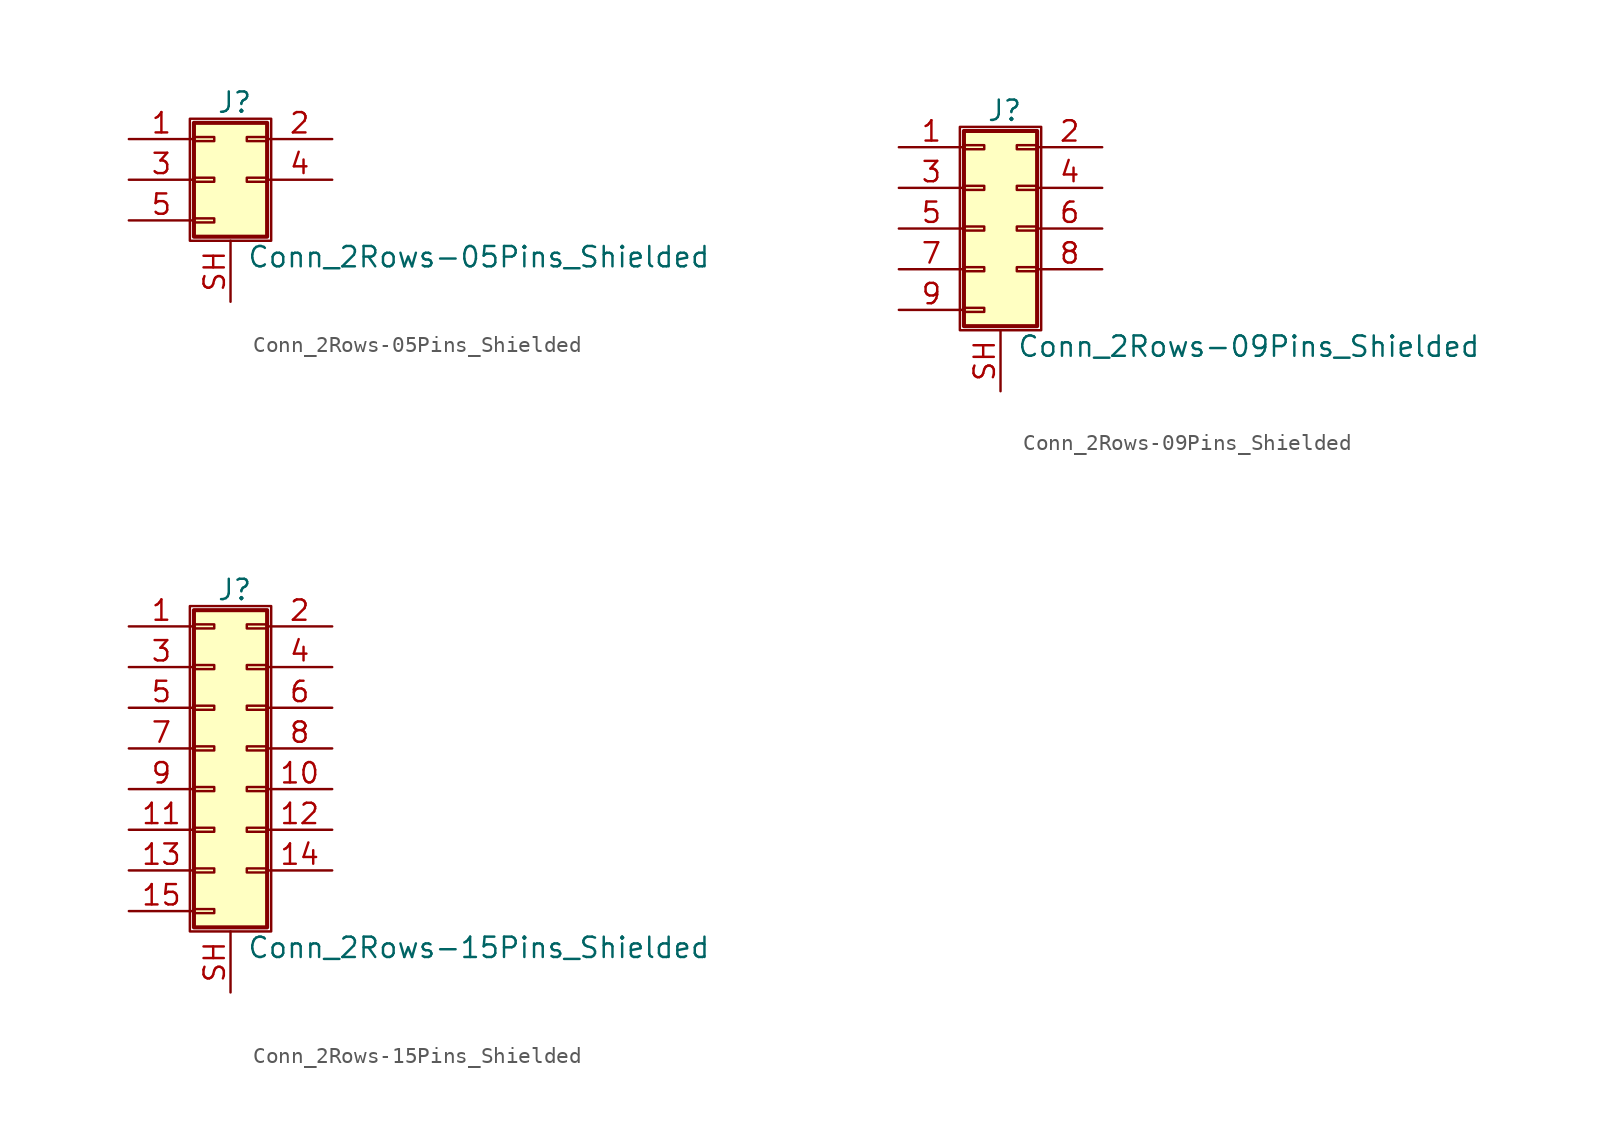
<source format=kicad_sym>
(kicad_symbol_lib
  (version 20201005)
  (generator kicad_symbol_editor)
  (symbol "Conn_2Rows-05Pins_Shielded"
    (pin_names
      (offset 1.016) hide)
    (property "Reference" "J"
      (at 1.524 4.826 0)
      (effects (font (size 1.27 1.27))))
    (property "Value" "Conn_2Rows-05Pins_Shielded"
      (at 2.286 -4.826 0)
      (effects (font (size 1.27 1.27)) (justify left)))
    (symbol "Conn_2Rows-05Pins_Shielded_1_1"
      (rectangle (start -1.27 3.81) (end 3.81 -3.81) (stroke (width 0.152)) (fill (type none)))
      (rectangle (start -1.016 -2.413) (end 0.254 -2.667) (stroke (width 0.152)) (fill (type none)))
      (rectangle (start -1.016 0.127) (end 0.254 -0.127) (stroke (width 0.152)) (fill (type none)))
      (rectangle (start -1.016 2.667) (end 0.254 2.413) (stroke (width 0.152)) (fill (type none)))
      (rectangle (start -1.016 3.556) (end 3.556 -3.556) (stroke (width 0.254)) (fill (type background)))
      (rectangle (start 3.556 0.127) (end 2.286 -0.127) (stroke (width 0.152)) (fill (type none)))
      (rectangle (start 3.556 2.667) (end 2.286 2.413) (stroke (width 0.152)) (fill (type none)))
      (pin passive line (at -5.08 2.54 0) (length 4.064) (name "Pin_1" (effects (font (size 1.27 1.27)))) (number "1" (effects (font (size 1.27 1.27)))))
      (pin passive line (at 7.62 2.54 180) (length 4.064) (name "Pin_2" (effects (font (size 1.27 1.27)))) (number "2" (effects (font (size 1.27 1.27)))))
      (pin passive line (at -5.08 0 0) (length 4.064) (name "Pin_3" (effects (font (size 1.27 1.27)))) (number "3" (effects (font (size 1.27 1.27)))))
      (pin passive line (at 7.62 0 180) (length 4.064) (name "Pin_4" (effects (font (size 1.27 1.27)))) (number "4" (effects (font (size 1.27 1.27)))))
      (pin passive line (at -5.08 -2.54 0) (length 4.064) (name "Pin_5" (effects (font (size 1.27 1.27)))) (number "5" (effects (font (size 1.27 1.27)))))
      (pin passive line (at 1.27 -7.62 90) (length 3.81) (name "Shield" (effects (font (size 1.27 1.27)))) (number "SH" (effects (font (size 1.27 1.27)))))))
  (symbol "Conn_2Rows-09Pins_Shielded"
    (pin_names
      (offset 1.016) hide)
    (property "Reference" "J"
      (at 1.524 7.366 0)
      (effects (font (size 1.27 1.27))))
    (property "Value" "Conn_2Rows-09Pins_Shielded"
      (at 2.286 -7.366 0)
      (effects (font (size 1.27 1.27)) (justify left)))
    (symbol "Conn_2Rows-09Pins_Shielded_1_1"
      (rectangle (start -1.27 6.35) (end 3.81 -6.35) (stroke (width 0.152)) (fill (type none)))
      (rectangle (start -1.016 -4.953) (end 0.254 -5.207) (stroke (width 0.152)) (fill (type none)))
      (rectangle (start -1.016 -2.413) (end 0.254 -2.667) (stroke (width 0.152)) (fill (type none)))
      (rectangle (start -1.016 0.127) (end 0.254 -0.127) (stroke (width 0.152)) (fill (type none)))
      (rectangle (start -1.016 2.667) (end 0.254 2.413) (stroke (width 0.152)) (fill (type none)))
      (rectangle (start -1.016 5.207) (end 0.254 4.953) (stroke (width 0.152)) (fill (type none)))
      (rectangle (start -1.016 6.096) (end 3.556 -6.096) (stroke (width 0.254)) (fill (type background)))
      (rectangle (start 3.556 -2.413) (end 2.286 -2.667) (stroke (width 0.152)) (fill (type none)))
      (rectangle (start 3.556 0.127) (end 2.286 -0.127) (stroke (width 0.152)) (fill (type none)))
      (rectangle (start 3.556 2.667) (end 2.286 2.413) (stroke (width 0.152)) (fill (type none)))
      (rectangle (start 3.556 5.207) (end 2.286 4.953) (stroke (width 0.152)) (fill (type none)))
      (pin passive line (at -5.08 5.08 0) (length 4.064) (name "Pin_1" (effects (font (size 1.27 1.27)))) (number "1" (effects (font (size 1.27 1.27)))))
      (pin passive line (at 7.62 5.08 180) (length 4.064) (name "Pin_2" (effects (font (size 1.27 1.27)))) (number "2" (effects (font (size 1.27 1.27)))))
      (pin passive line (at -5.08 2.54 0) (length 4.064) (name "Pin_3" (effects (font (size 1.27 1.27)))) (number "3" (effects (font (size 1.27 1.27)))))
      (pin passive line (at 7.62 2.54 180) (length 4.064) (name "Pin_4" (effects (font (size 1.27 1.27)))) (number "4" (effects (font (size 1.27 1.27)))))
      (pin passive line (at -5.08 0 0) (length 4.064) (name "Pin_5" (effects (font (size 1.27 1.27)))) (number "5" (effects (font (size 1.27 1.27)))))
      (pin passive line (at 7.62 0 180) (length 4.064) (name "Pin_6" (effects (font (size 1.27 1.27)))) (number "6" (effects (font (size 1.27 1.27)))))
      (pin passive line (at -5.08 -2.54 0) (length 4.064) (name "Pin_7" (effects (font (size 1.27 1.27)))) (number "7" (effects (font (size 1.27 1.27)))))
      (pin passive line (at 7.62 -2.54 180) (length 4.064) (name "Pin_8" (effects (font (size 1.27 1.27)))) (number "8" (effects (font (size 1.27 1.27)))))
      (pin passive line (at -5.08 -5.08 0) (length 4.064) (name "Pin_9" (effects (font (size 1.27 1.27)))) (number "9" (effects (font (size 1.27 1.27)))))
      (pin passive line (at 1.27 -10.16 90) (length 3.81) (name "Shield" (effects (font (size 1.27 1.27)))) (number "SH" (effects (font (size 1.27 1.27)))))))
  (symbol "Conn_2Rows-15Pins_Shielded"
    (pin_names
      (offset 1.016) hide)
    (property "Reference" "J"
      (at 1.524 9.906 0)
      (effects (font (size 1.27 1.27))))
    (property "Value" "Conn_2Rows-15Pins_Shielded"
      (at 2.286 -12.446 0)
      (effects (font (size 1.27 1.27)) (justify left)))
    (symbol "Conn_2Rows-15Pins_Shielded_1_1"
      (rectangle (start -1.27 8.89) (end 3.81 -11.43) (stroke (width 0.152)) (fill (type none)))
      (rectangle (start -1.016 -10.033) (end 0.254 -10.287) (stroke (width 0.152)) (fill (type none)))
      (rectangle (start -1.016 -7.493) (end 0.254 -7.747) (stroke (width 0.152)) (fill (type none)))
      (rectangle (start -1.016 -4.953) (end 0.254 -5.207) (stroke (width 0.152)) (fill (type none)))
      (rectangle (start -1.016 -2.413) (end 0.254 -2.667) (stroke (width 0.152)) (fill (type none)))
      (rectangle (start -1.016 0.127) (end 0.254 -0.127) (stroke (width 0.152)) (fill (type none)))
      (rectangle (start -1.016 2.667) (end 0.254 2.413) (stroke (width 0.152)) (fill (type none)))
      (rectangle (start -1.016 5.207) (end 0.254 4.953) (stroke (width 0.152)) (fill (type none)))
      (rectangle (start -1.016 7.747) (end 0.254 7.493) (stroke (width 0.152)) (fill (type none)))
      (rectangle (start -1.016 8.636) (end 3.556 -11.176) (stroke (width 0.254)) (fill (type background)))
      (rectangle (start 3.556 -7.493) (end 2.286 -7.747) (stroke (width 0.152)) (fill (type none)))
      (rectangle (start 3.556 -4.953) (end 2.286 -5.207) (stroke (width 0.152)) (fill (type none)))
      (rectangle (start 3.556 -2.413) (end 2.286 -2.667) (stroke (width 0.152)) (fill (type none)))
      (rectangle (start 3.556 0.127) (end 2.286 -0.127) (stroke (width 0.152)) (fill (type none)))
      (rectangle (start 3.556 2.667) (end 2.286 2.413) (stroke (width 0.152)) (fill (type none)))
      (rectangle (start 3.556 5.207) (end 2.286 4.953) (stroke (width 0.152)) (fill (type none)))
      (rectangle (start 3.556 7.747) (end 2.286 7.493) (stroke (width 0.152)) (fill (type none)))
      (pin passive line (at -5.08 7.62 0) (length 4.064) (name "Pin_1" (effects (font (size 1.27 1.27)))) (number "1" (effects (font (size 1.27 1.27)))))
      (pin passive line (at 7.62 -2.54 180) (length 4.064) (name "Pin_10" (effects (font (size 1.27 1.27)))) (number "10" (effects (font (size 1.27 1.27)))))
      (pin passive line (at -5.08 -5.08 0) (length 4.064) (name "Pin_11" (effects (font (size 1.27 1.27)))) (number "11" (effects (font (size 1.27 1.27)))))
      (pin passive line (at 7.62 -5.08 180) (length 4.064) (name "Pin_12" (effects (font (size 1.27 1.27)))) (number "12" (effects (font (size 1.27 1.27)))))
      (pin passive line (at -5.08 -7.62 0) (length 4.064) (name "Pin_13" (effects (font (size 1.27 1.27)))) (number "13" (effects (font (size 1.27 1.27)))))
      (pin passive line (at 7.62 -7.62 180) (length 4.064) (name "Pin_14" (effects (font (size 1.27 1.27)))) (number "14" (effects (font (size 1.27 1.27)))))
      (pin passive line (at -5.08 -10.16 0) (length 4.064) (name "Pin_15" (effects (font (size 1.27 1.27)))) (number "15" (effects (font (size 1.27 1.27)))))
      (pin passive line (at 7.62 7.62 180) (length 4.064) (name "Pin_2" (effects (font (size 1.27 1.27)))) (number "2" (effects (font (size 1.27 1.27)))))
      (pin passive line (at -5.08 5.08 0) (length 4.064) (name "Pin_3" (effects (font (size 1.27 1.27)))) (number "3" (effects (font (size 1.27 1.27)))))
      (pin passive line (at 7.62 5.08 180) (length 4.064) (name "Pin_4" (effects (font (size 1.27 1.27)))) (number "4" (effects (font (size 1.27 1.27)))))
      (pin passive line (at -5.08 2.54 0) (length 4.064) (name "Pin_5" (effects (font (size 1.27 1.27)))) (number "5" (effects (font (size 1.27 1.27)))))
      (pin passive line (at 7.62 2.54 180) (length 4.064) (name "Pin_6" (effects (font (size 1.27 1.27)))) (number "6" (effects (font (size 1.27 1.27)))))
      (pin passive line (at -5.08 0 0) (length 4.064) (name "Pin_7" (effects (font (size 1.27 1.27)))) (number "7" (effects (font (size 1.27 1.27)))))
      (pin passive line (at 7.62 0 180) (length 4.064) (name "Pin_8" (effects (font (size 1.27 1.27)))) (number "8" (effects (font (size 1.27 1.27)))))
      (pin passive line (at -5.08 -2.54 0) (length 4.064) (name "Pin_9" (effects (font (size 1.27 1.27)))) (number "9" (effects (font (size 1.27 1.27)))))
      (pin passive line (at 1.27 -15.24 90) (length 3.81) (name "Shield" (effects (font (size 1.27 1.27)))) (number "SH" (effects (font (size 1.27 1.27))))))))
</source>
